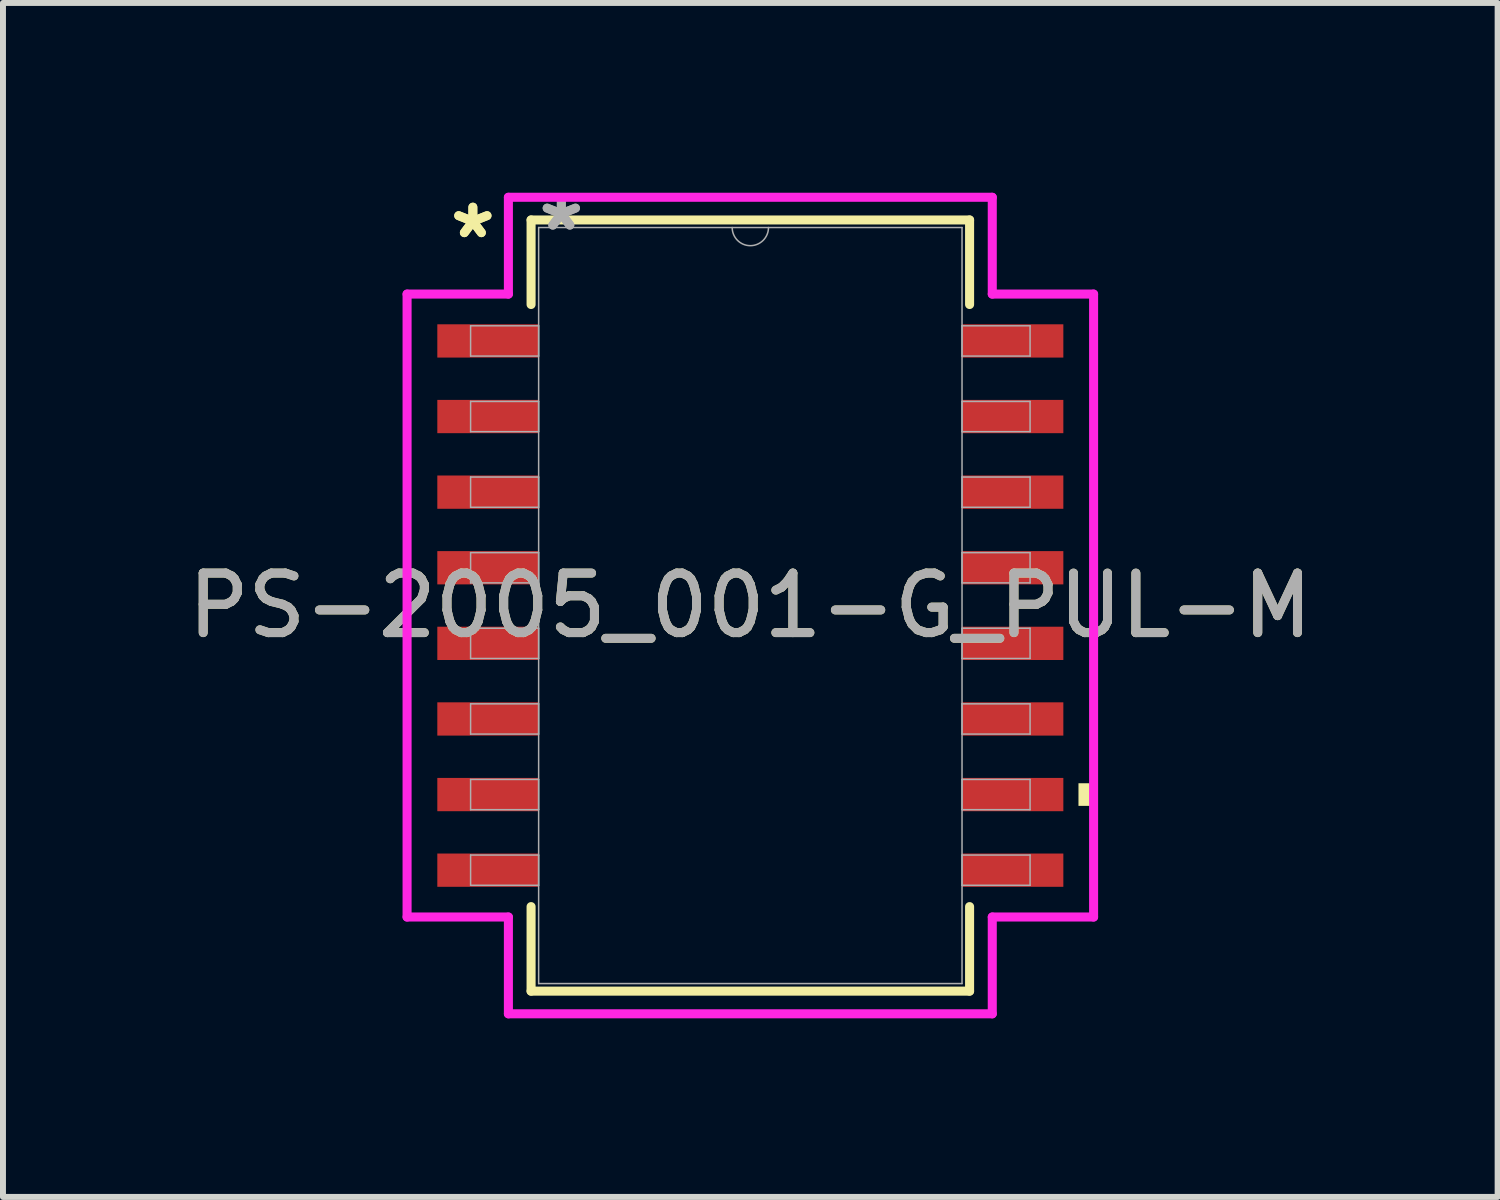
<source format=kicad_pcb>
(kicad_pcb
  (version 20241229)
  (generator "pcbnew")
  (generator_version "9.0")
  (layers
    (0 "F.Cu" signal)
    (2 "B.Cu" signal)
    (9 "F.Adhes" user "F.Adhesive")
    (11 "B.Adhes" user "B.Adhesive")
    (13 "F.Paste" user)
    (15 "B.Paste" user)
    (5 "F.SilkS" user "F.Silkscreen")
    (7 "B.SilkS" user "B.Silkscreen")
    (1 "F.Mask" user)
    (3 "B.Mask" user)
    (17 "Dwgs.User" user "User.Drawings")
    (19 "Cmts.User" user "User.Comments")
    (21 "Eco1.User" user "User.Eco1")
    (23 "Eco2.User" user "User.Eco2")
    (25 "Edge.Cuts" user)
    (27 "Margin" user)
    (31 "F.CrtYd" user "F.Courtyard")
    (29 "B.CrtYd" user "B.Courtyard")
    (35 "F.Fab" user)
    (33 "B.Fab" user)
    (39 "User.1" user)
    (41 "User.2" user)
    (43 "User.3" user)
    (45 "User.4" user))
  (footprint "PS-2005_001-G_PUL-M"
    (layer "F.Cu")
    (at 9.554 7.122)
    (property "Reference" "PS-2005_001-G_PUL-M" (at 0 0 0) (unlocked yes) (layer "F.SilkS") (effects (font (size 1 1) (thickness 0.15))))
    (attr smd)
    (fp_line (start -3.683 -6.477) (end -3.683 -5.057) (stroke (width 0.152) (type solid)) (layer "F.SilkS"))
    (fp_line (start -3.683 5.057) (end -3.683 6.477) (stroke (width 0.152) (type solid)) (layer "F.SilkS"))
    (fp_line (start -3.683 6.477) (end 3.683 6.477) (stroke (width 0.152) (type solid)) (layer "F.SilkS"))
    (fp_line (start 3.683 -6.477) (end -3.683 -6.477) (stroke (width 0.152) (type solid)) (layer "F.SilkS"))
    (fp_line (start 3.683 -5.057) (end 3.683 -6.477) (stroke (width 0.152) (type solid)) (layer "F.SilkS"))
    (fp_line (start 3.683 6.477) (end 3.683 5.057) (stroke (width 0.152) (type solid)) (layer "F.SilkS"))
    (fp_poly (pts (xy 5.766 2.985) (xy 5.766 3.365) (xy 5.512 3.365) (xy 5.512 2.985)) (stroke (width 0) (type solid)) (fill yes) (layer "F.SilkS"))
    (fp_line (start -5.766 -5.232) (end -4.064 -5.232) (stroke (width 0.152) (type solid)) (layer "F.CrtYd"))
    (fp_line (start -5.766 5.232) (end -5.766 -5.232) (stroke (width 0.152) (type solid)) (layer "F.CrtYd"))
    (fp_line (start -5.766 5.232) (end -4.064 5.232) (stroke (width 0.152) (type solid)) (layer "F.CrtYd"))
    (fp_line (start -4.064 -6.858) (end 4.064 -6.858) (stroke (width 0.152) (type solid)) (layer "F.CrtYd"))
    (fp_line (start -4.064 -5.232) (end -4.064 -6.858) (stroke (width 0.152) (type solid)) (layer "F.CrtYd"))
    (fp_line (start -4.064 6.858) (end -4.064 5.232) (stroke (width 0.152) (type solid)) (layer "F.CrtYd"))
    (fp_line (start 4.064 -6.858) (end 4.064 -5.232) (stroke (width 0.152) (type solid)) (layer "F.CrtYd"))
    (fp_line (start 4.064 5.232) (end 4.064 6.858) (stroke (width 0.152) (type solid)) (layer "F.CrtYd"))
    (fp_line (start 4.064 6.858) (end -4.064 6.858) (stroke (width 0.152) (type solid)) (layer "F.CrtYd"))
    (fp_line (start 5.766 -5.232) (end 4.064 -5.232) (stroke (width 0.152) (type solid)) (layer "F.CrtYd"))
    (fp_line (start 5.766 -5.232) (end 5.766 5.232) (stroke (width 0.152) (type solid)) (layer "F.CrtYd"))
    (fp_line (start 5.766 5.232) (end 4.064 5.232) (stroke (width 0.152) (type solid)) (layer "F.CrtYd"))
    (fp_line (start -4.699 -4.699) (end -4.699 -4.191) (stroke (width 0.025) (type solid)) (layer "F.Fab"))
    (fp_line (start -4.699 -4.191) (end -3.556 -4.191) (stroke (width 0.025) (type solid)) (layer "F.Fab"))
    (fp_line (start -4.699 -3.429) (end -4.699 -2.921) (stroke (width 0.025) (type solid)) (layer "F.Fab"))
    (fp_line (start -4.699 -2.921) (end -3.556 -2.921) (stroke (width 0.025) (type solid)) (layer "F.Fab"))
    (fp_line (start -4.699 -2.159) (end -4.699 -1.651) (stroke (width 0.025) (type solid)) (layer "F.Fab"))
    (fp_line (start -4.699 -1.651) (end -3.556 -1.651) (stroke (width 0.025) (type solid)) (layer "F.Fab"))
    (fp_line (start -4.699 -0.889) (end -4.699 -0.381) (stroke (width 0.025) (type solid)) (layer "F.Fab"))
    (fp_line (start -4.699 -0.381) (end -3.556 -0.381) (stroke (width 0.025) (type solid)) (layer "F.Fab"))
    (fp_line (start -4.699 0.381) (end -4.699 0.889) (stroke (width 0.025) (type solid)) (layer "F.Fab"))
    (fp_line (start -4.699 0.889) (end -3.556 0.889) (stroke (width 0.025) (type solid)) (layer "F.Fab"))
    (fp_line (start -4.699 1.651) (end -4.699 2.159) (stroke (width 0.025) (type solid)) (layer "F.Fab"))
    (fp_line (start -4.699 2.159) (end -3.556 2.159) (stroke (width 0.025) (type solid)) (layer "F.Fab"))
    (fp_line (start -4.699 2.921) (end -4.699 3.429) (stroke (width 0.025) (type solid)) (layer "F.Fab"))
    (fp_line (start -4.699 3.429) (end -3.556 3.429) (stroke (width 0.025) (type solid)) (layer "F.Fab"))
    (fp_line (start -4.699 4.191) (end -4.699 4.699) (stroke (width 0.025) (type solid)) (layer "F.Fab"))
    (fp_line (start -4.699 4.699) (end -3.556 4.699) (stroke (width 0.025) (type solid)) (layer "F.Fab"))
    (fp_line (start -3.556 -6.35) (end -3.556 6.35) (stroke (width 0.025) (type solid)) (layer "F.Fab"))
    (fp_line (start -3.556 -4.699) (end -4.699 -4.699) (stroke (width 0.025) (type solid)) (layer "F.Fab"))
    (fp_line (start -3.556 -4.191) (end -3.556 -4.699) (stroke (width 0.025) (type solid)) (layer "F.Fab"))
    (fp_line (start -3.556 -3.429) (end -4.699 -3.429) (stroke (width 0.025) (type solid)) (layer "F.Fab"))
    (fp_line (start -3.556 -2.921) (end -3.556 -3.429) (stroke (width 0.025) (type solid)) (layer "F.Fab"))
    (fp_line (start -3.556 -2.159) (end -4.699 -2.159) (stroke (width 0.025) (type solid)) (layer "F.Fab"))
    (fp_line (start -3.556 -1.651) (end -3.556 -2.159) (stroke (width 0.025) (type solid)) (layer "F.Fab"))
    (fp_line (start -3.556 -0.889) (end -4.699 -0.889) (stroke (width 0.025) (type solid)) (layer "F.Fab"))
    (fp_line (start -3.556 -0.381) (end -3.556 -0.889) (stroke (width 0.025) (type solid)) (layer "F.Fab"))
    (fp_line (start -3.556 0.381) (end -4.699 0.381) (stroke (width 0.025) (type solid)) (layer "F.Fab"))
    (fp_line (start -3.556 0.889) (end -3.556 0.381) (stroke (width 0.025) (type solid)) (layer "F.Fab"))
    (fp_line (start -3.556 1.651) (end -4.699 1.651) (stroke (width 0.025) (type solid)) (layer "F.Fab"))
    (fp_line (start -3.556 2.159) (end -3.556 1.651) (stroke (width 0.025) (type solid)) (layer "F.Fab"))
    (fp_line (start -3.556 2.921) (end -4.699 2.921) (stroke (width 0.025) (type solid)) (layer "F.Fab"))
    (fp_line (start -3.556 3.429) (end -3.556 2.921) (stroke (width 0.025) (type solid)) (layer "F.Fab"))
    (fp_line (start -3.556 4.191) (end -4.699 4.191) (stroke (width 0.025) (type solid)) (layer "F.Fab"))
    (fp_line (start -3.556 4.699) (end -3.556 4.191) (stroke (width 0.025) (type solid)) (layer "F.Fab"))
    (fp_line (start -3.556 6.35) (end 3.556 6.35) (stroke (width 0.025) (type solid)) (layer "F.Fab"))
    (fp_line (start 3.556 -6.35) (end -3.556 -6.35) (stroke (width 0.025) (type solid)) (layer "F.Fab"))
    (fp_line (start 3.556 -4.699) (end 3.556 -4.191) (stroke (width 0.025) (type solid)) (layer "F.Fab"))
    (fp_line (start 3.556 -4.191) (end 4.699 -4.191) (stroke (width 0.025) (type solid)) (layer "F.Fab"))
    (fp_line (start 3.556 -3.429) (end 3.556 -2.921) (stroke (width 0.025) (type solid)) (layer "F.Fab"))
    (fp_line (start 3.556 -2.921) (end 4.699 -2.921) (stroke (width 0.025) (type solid)) (layer "F.Fab"))
    (fp_line (start 3.556 -2.159) (end 3.556 -1.651) (stroke (width 0.025) (type solid)) (layer "F.Fab"))
    (fp_line (start 3.556 -1.651) (end 4.699 -1.651) (stroke (width 0.025) (type solid)) (layer "F.Fab"))
    (fp_line (start 3.556 -0.889) (end 3.556 -0.381) (stroke (width 0.025) (type solid)) (layer "F.Fab"))
    (fp_line (start 3.556 -0.381) (end 4.699 -0.381) (stroke (width 0.025) (type solid)) (layer "F.Fab"))
    (fp_line (start 3.556 0.381) (end 3.556 0.889) (stroke (width 0.025) (type solid)) (layer "F.Fab"))
    (fp_line (start 3.556 0.889) (end 4.699 0.889) (stroke (width 0.025) (type solid)) (layer "F.Fab"))
    (fp_line (start 3.556 1.651) (end 3.556 2.159) (stroke (width 0.025) (type solid)) (layer "F.Fab"))
    (fp_line (start 3.556 2.159) (end 4.699 2.159) (stroke (width 0.025) (type solid)) (layer "F.Fab"))
    (fp_line (start 3.556 2.921) (end 3.556 3.429) (stroke (width 0.025) (type solid)) (layer "F.Fab"))
    (fp_line (start 3.556 3.429) (end 4.699 3.429) (stroke (width 0.025) (type solid)) (layer "F.Fab"))
    (fp_line (start 3.556 4.191) (end 3.556 4.699) (stroke (width 0.025) (type solid)) (layer "F.Fab"))
    (fp_line (start 3.556 4.699) (end 4.699 4.699) (stroke (width 0.025) (type solid)) (layer "F.Fab"))
    (fp_line (start 3.556 6.35) (end 3.556 -6.35) (stroke (width 0.025) (type solid)) (layer "F.Fab"))
    (fp_line (start 4.699 -4.699) (end 3.556 -4.699) (stroke (width 0.025) (type solid)) (layer "F.Fab"))
    (fp_line (start 4.699 -4.191) (end 4.699 -4.699) (stroke (width 0.025) (type solid)) (layer "F.Fab"))
    (fp_line (start 4.699 -3.429) (end 3.556 -3.429) (stroke (width 0.025) (type solid)) (layer "F.Fab"))
    (fp_line (start 4.699 -2.921) (end 4.699 -3.429) (stroke (width 0.025) (type solid)) (layer "F.Fab"))
    (fp_line (start 4.699 -2.159) (end 3.556 -2.159) (stroke (width 0.025) (type solid)) (layer "F.Fab"))
    (fp_line (start 4.699 -1.651) (end 4.699 -2.159) (stroke (width 0.025) (type solid)) (layer "F.Fab"))
    (fp_line (start 4.699 -0.889) (end 3.556 -0.889) (stroke (width 0.025) (type solid)) (layer "F.Fab"))
    (fp_line (start 4.699 -0.381) (end 4.699 -0.889) (stroke (width 0.025) (type solid)) (layer "F.Fab"))
    (fp_line (start 4.699 0.381) (end 3.556 0.381) (stroke (width 0.025) (type solid)) (layer "F.Fab"))
    (fp_line (start 4.699 0.889) (end 4.699 0.381) (stroke (width 0.025) (type solid)) (layer "F.Fab"))
    (fp_line (start 4.699 1.651) (end 3.556 1.651) (stroke (width 0.025) (type solid)) (layer "F.Fab"))
    (fp_line (start 4.699 2.159) (end 4.699 1.651) (stroke (width 0.025) (type solid)) (layer "F.Fab"))
    (fp_line (start 4.699 2.921) (end 3.556 2.921) (stroke (width 0.025) (type solid)) (layer "F.Fab"))
    (fp_line (start 4.699 3.429) (end 4.699 2.921) (stroke (width 0.025) (type solid)) (layer "F.Fab"))
    (fp_line (start 4.699 4.191) (end 3.556 4.191) (stroke (width 0.025) (type solid)) (layer "F.Fab"))
    (fp_line (start 4.699 4.699) (end 4.699 4.191) (stroke (width 0.025) (type solid)) (layer "F.Fab"))
    (fp_arc (start 0.3048 -6.35) (mid 0 -6.0452) (end -0.3048 -6.35) (stroke (width 0.0254) (type solid)) (layer "F.Fab"))
    (fp_text user "*" (at -4.661 -6.147 0) (layer "F.SilkS") (effects (font (size 1 1) (thickness 0.15))))
    (fp_text user "*" (at -4.661 -6.147 0) (unlocked yes) (layer "F.SilkS") (effects (font (size 1 1) (thickness 0.15))))
    (fp_text user "*" (at -3.175 -6.274 0) (unlocked yes) (layer "F.Fab") (effects (font (size 1 1) (thickness 0.15))))
    (fp_text user "*" (at -3.175 -6.274 0) (layer "F.Fab") (effects (font (size 1 1) (thickness 0.15))))
    (fp_text user "${REFERENCE}" (at 0 0 0) (unlocked yes) (layer "F.Fab") (effects (font (size 1 1) (thickness 0.15))))
    (pad "1" smd rect (at -4.407 -4.445) (size 1.702 0.559) (layers "F.Cu" "F.Mask" "F.Paste"))
    (pad "2" smd rect (at -4.407 -3.175) (size 1.702 0.559) (layers "F.Cu" "F.Mask" "F.Paste"))
    (pad "3" smd rect (at -4.407 -1.905) (size 1.702 0.559) (layers "F.Cu" "F.Mask" "F.Paste"))
    (pad "4" smd rect (at -4.407 -0.635) (size 1.702 0.559) (layers "F.Cu" "F.Mask" "F.Paste"))
    (pad "5" smd rect (at -4.407 0.635) (size 1.702 0.559) (layers "F.Cu" "F.Mask" "F.Paste"))
    (pad "6" smd rect (at -4.407 1.905) (size 1.702 0.559) (layers "F.Cu" "F.Mask" "F.Paste"))
    (pad "7" smd rect (at -4.407 3.175) (size 1.702 0.559) (layers "F.Cu" "F.Mask" "F.Paste"))
    (pad "8" smd rect (at -4.407 4.445) (size 1.702 0.559) (layers "F.Cu" "F.Mask" "F.Paste"))
    (pad "9" smd rect (at 4.407 4.445) (size 1.702 0.559) (layers "F.Cu" "F.Mask" "F.Paste"))
    (pad "10" smd rect (at 4.407 3.175) (size 1.702 0.559) (layers "F.Cu" "F.Mask" "F.Paste"))
    (pad "11" smd rect (at 4.407 1.905) (size 1.702 0.559) (layers "F.Cu" "F.Mask" "F.Paste"))
    (pad "12" smd rect (at 4.407 0.635) (size 1.702 0.559) (layers "F.Cu" "F.Mask" "F.Paste"))
    (pad "13" smd rect (at 4.407 -0.635) (size 1.702 0.559) (layers "F.Cu" "F.Mask" "F.Paste"))
    (pad "14" smd rect (at 4.407 -1.905) (size 1.702 0.559) (layers "F.Cu" "F.Mask" "F.Paste"))
    (pad "15" smd rect (at 4.407 -3.175) (size 1.702 0.559) (layers "F.Cu" "F.Mask" "F.Paste"))
    (pad "16" smd rect (at 4.407 -4.445) (size 1.702 0.559) (layers "F.Cu" "F.Mask" "F.Paste")))
  (gr_rect
    (start -3 -3)
    (end 22.107 17.056)
    (stroke (width 0.1) (type default))
    (fill no)
    (layer "Edge.Cuts")))
</source>
